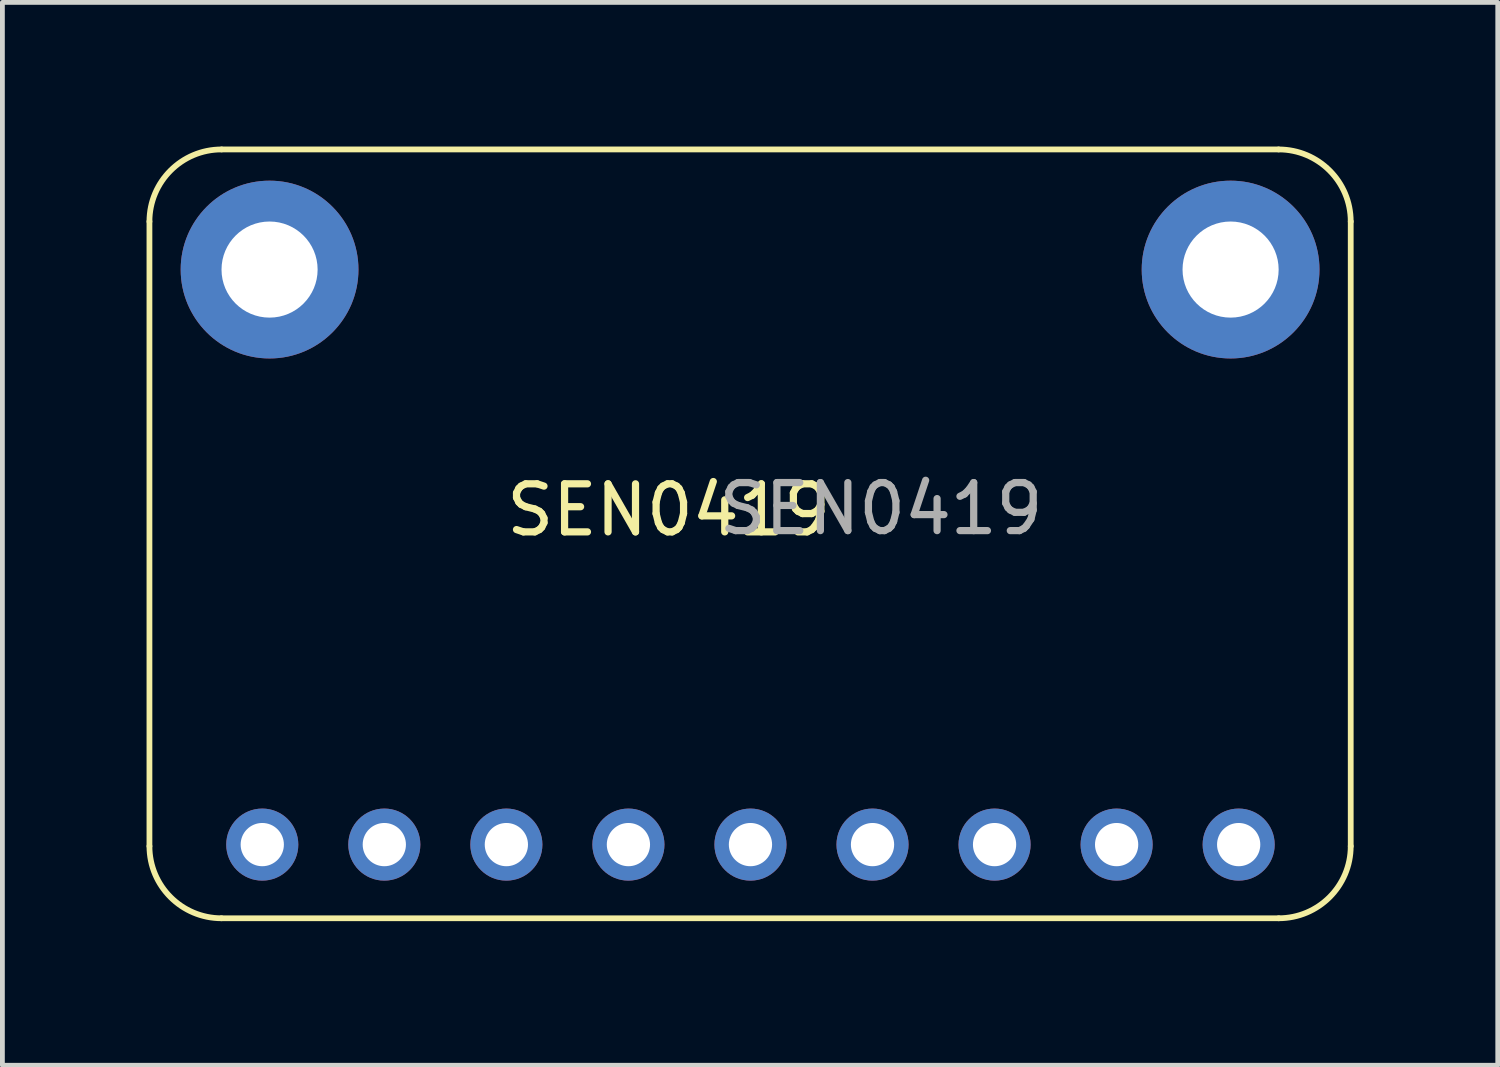
<source format=kicad_pcb>
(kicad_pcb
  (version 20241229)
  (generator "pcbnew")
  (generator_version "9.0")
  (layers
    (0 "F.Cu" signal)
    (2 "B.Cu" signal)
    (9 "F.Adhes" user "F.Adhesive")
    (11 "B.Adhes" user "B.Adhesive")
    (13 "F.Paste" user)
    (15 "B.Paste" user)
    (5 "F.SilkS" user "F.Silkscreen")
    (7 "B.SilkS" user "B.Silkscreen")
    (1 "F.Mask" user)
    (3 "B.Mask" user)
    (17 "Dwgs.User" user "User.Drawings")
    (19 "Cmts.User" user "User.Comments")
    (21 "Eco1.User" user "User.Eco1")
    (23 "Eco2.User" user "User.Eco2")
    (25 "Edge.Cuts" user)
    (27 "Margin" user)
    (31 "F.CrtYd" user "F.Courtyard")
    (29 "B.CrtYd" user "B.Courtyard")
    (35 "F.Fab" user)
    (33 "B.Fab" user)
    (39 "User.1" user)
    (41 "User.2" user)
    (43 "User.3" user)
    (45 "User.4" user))
  (footprint "SEN0419"
    (layer "F.Cu")
    (at 2.56 2.56)
    (property "Reference" "SEN0419" (at 8.306 5.004 0) (unlocked yes) (layer "F.SilkS") (effects (font (size 1 1) (thickness 0.15))))
    (fp_line (start -2.5 12) (end -2.5 -1) (stroke (width 0.12) (type solid)) (layer "F.SilkS"))
    (fp_line (start -1 13.5) (end 21 13.5) (stroke (width 0.12) (type solid)) (layer "F.SilkS"))
    (fp_line (start 21 -2.5) (end -1 -2.5) (stroke (width 0.12) (type solid)) (layer "F.SilkS"))
    (fp_line (start 22.5 -1) (end 22.5 12) (stroke (width 0.12) (type solid)) (layer "F.SilkS"))
    (fp_arc (start -2.5 -1) (mid -2.060661 -2.060659) (end -1.000002 -2.499998) (stroke (width 0.12) (type solid)) (layer "F.SilkS"))
    (fp_arc (start -1.000002 13.499998) (mid -2.060661 13.060659) (end -2.5 12) (stroke (width 0.12) (type solid)) (layer "F.SilkS"))
    (fp_arc (start 21 -2.5) (mid 22.060659 -2.060661) (end 22.499998 -1.000002) (stroke (width 0.12) (type solid)) (layer "F.SilkS"))
    (fp_arc (start 22.499998 11.999998) (mid 22.060659 13.060657) (end 21 13.499996) (stroke (width 0.12) (type solid)) (layer "F.SilkS"))
    (fp_text user "${REFERENCE}" (at 12.725 4.978 0) (unlocked yes) (layer "F.Fab") (effects (font (size 1 1) (thickness 0.15))))
    (pad "0" thru_hole circle (at 0 0) (size 3.7 3.7) (drill 2) (layers "*.Cu" "*.Mask"))
    (pad "0" thru_hole circle (at 20 0) (size 3.7 3.7) (drill 2) (layers "*.Cu" "*.Mask"))
    (pad "1" thru_hole circle (at -0.152 11.967) (size 1.5 1.5) (drill 0.9) (layers "*.Cu" "*.Mask"))
    (pad "2" thru_hole circle (at 2.388 11.967) (size 1.5 1.5) (drill 0.9) (layers "*.Cu" "*.Mask"))
    (pad "3" thru_hole circle (at 4.928 11.967) (size 1.5 1.5) (drill 0.9) (layers "*.Cu" "*.Mask"))
    (pad "4" thru_hole circle (at 7.468 11.967) (size 1.5 1.5) (drill 0.9) (layers "*.Cu" "*.Mask"))
    (pad "5" thru_hole circle (at 10.008 11.967) (size 1.5 1.5) (drill 0.9) (layers "*.Cu" "*.Mask"))
    (pad "6" thru_hole circle (at 12.548 11.967) (size 1.5 1.5) (drill 0.9) (layers "*.Cu" "*.Mask"))
    (pad "7" thru_hole circle (at 15.088 11.967) (size 1.5 1.5) (drill 0.9) (layers "*.Cu" "*.Mask"))
    (pad "8" thru_hole circle (at 17.628 11.967) (size 1.5 1.5) (drill 0.9) (layers "*.Cu" "*.Mask"))
    (pad "9" thru_hole circle (at 20.168 11.967) (size 1.5 1.5) (drill 0.9) (layers "*.Cu" "*.Mask")))
  (gr_rect
    (start -3 -3)
    (end 28.12 19.12)
    (stroke (width 0.1) (type default))
    (fill no)
    (layer "Edge.Cuts")))
</source>
